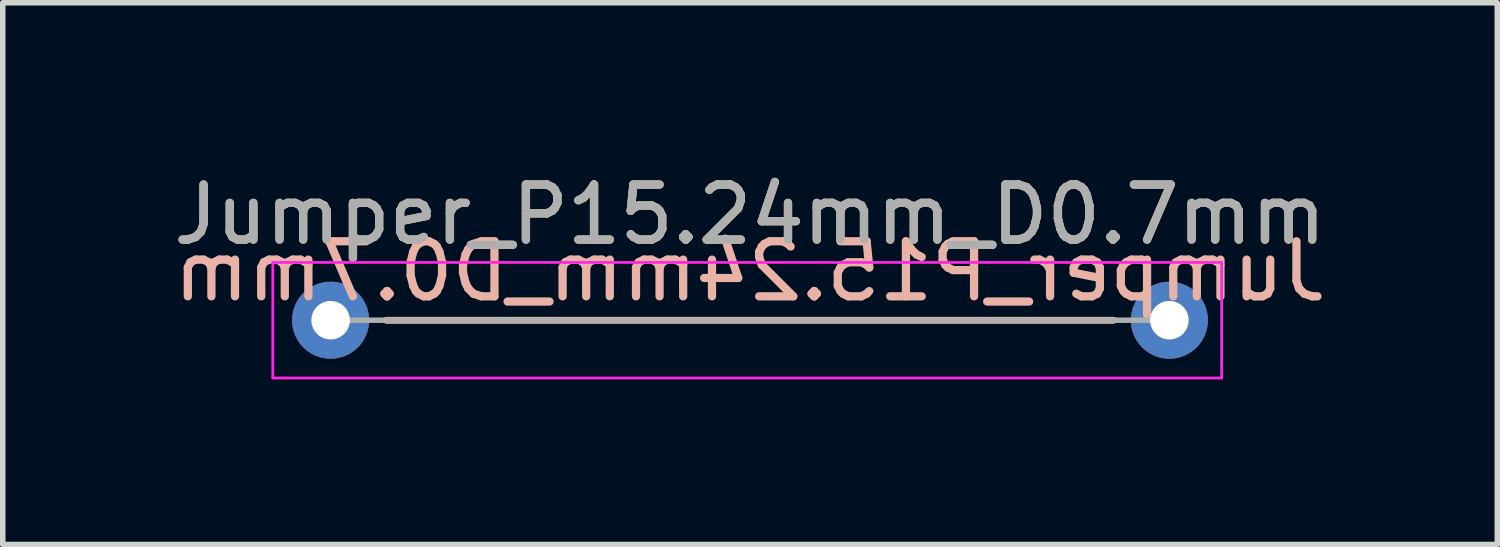
<source format=kicad_pcb>
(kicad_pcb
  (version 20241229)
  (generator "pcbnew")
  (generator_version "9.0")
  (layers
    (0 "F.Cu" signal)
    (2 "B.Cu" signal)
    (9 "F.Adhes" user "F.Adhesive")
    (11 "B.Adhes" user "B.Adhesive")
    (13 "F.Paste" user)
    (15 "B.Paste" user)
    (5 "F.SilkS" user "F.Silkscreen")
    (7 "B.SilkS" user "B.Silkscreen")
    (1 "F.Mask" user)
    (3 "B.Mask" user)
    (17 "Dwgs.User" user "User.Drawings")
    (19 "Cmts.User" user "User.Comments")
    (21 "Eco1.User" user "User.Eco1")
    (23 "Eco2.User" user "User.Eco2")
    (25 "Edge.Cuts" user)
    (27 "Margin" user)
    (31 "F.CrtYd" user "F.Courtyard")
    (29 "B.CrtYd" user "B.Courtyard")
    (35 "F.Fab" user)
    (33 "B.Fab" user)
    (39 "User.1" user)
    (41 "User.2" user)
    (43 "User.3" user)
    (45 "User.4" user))
  (footprint "Jumper_P15.24mm_D0.7mm"
    (layer "F.Cu")
    (at 2.957 2.768)
    (property "Reference" "Jumper_P15.24mm_D0.7mm" (at 7.62 -1.92 0) (layer "F.SilkS") (effects (font (size 1 1) (thickness 0.15))))
    (fp_line (start 1.016 0) (end 14.224 0) (stroke (width 0.12) (type solid)) (layer "F.SilkS"))
    (fp_line (start 14.224 0) (end 1.016 0) (stroke (width 0.12) (type solid)) (layer "B.SilkS"))
    (fp_line (start -1.05 -1.05) (end -1.05 1.05) (stroke (width 0.05) (type solid)) (layer "F.CrtYd"))
    (fp_line (start -1.05 1.05) (end 16.19 1.05) (stroke (width 0.05) (type solid)) (layer "F.CrtYd"))
    (fp_line (start 16.19 -1.05) (end -1.05 -1.05) (stroke (width 0.05) (type solid)) (layer "F.CrtYd"))
    (fp_line (start 16.19 1.05) (end 16.19 -1.05) (stroke (width 0.05) (type solid)) (layer "F.CrtYd"))
    (fp_line (start 0 0) (end 15.24 0) (stroke (width 0.1) (type solid)) (layer "F.Fab"))
    (fp_text user "${REFERENCE}" (at 7.62 -0.889 0) (layer "B.SilkS") (effects (font (size 1 1) (thickness 0.15)) (justify mirror)))
    (fp_text user "${REFERENCE}" (at 7.62 -1.92 0) (layer "F.Fab") (effects (font (size 1 1) (thickness 0.15))))
    (pad "1" thru_hole circle (at 0 0) (size 1.4 1.4) (drill 0.7) (layers "*.Cu" "*.Mask"))
    (pad "2" thru_hole oval (at 15.24 0) (size 1.4 1.4) (drill 0.7) (layers "*.Cu" "*.Mask")))
  (gr_rect
    (start -3 -3)
    (end 24.155 6.843)
    (stroke (width 0.1) (type default))
    (fill no)
    (layer "Edge.Cuts")))
</source>
